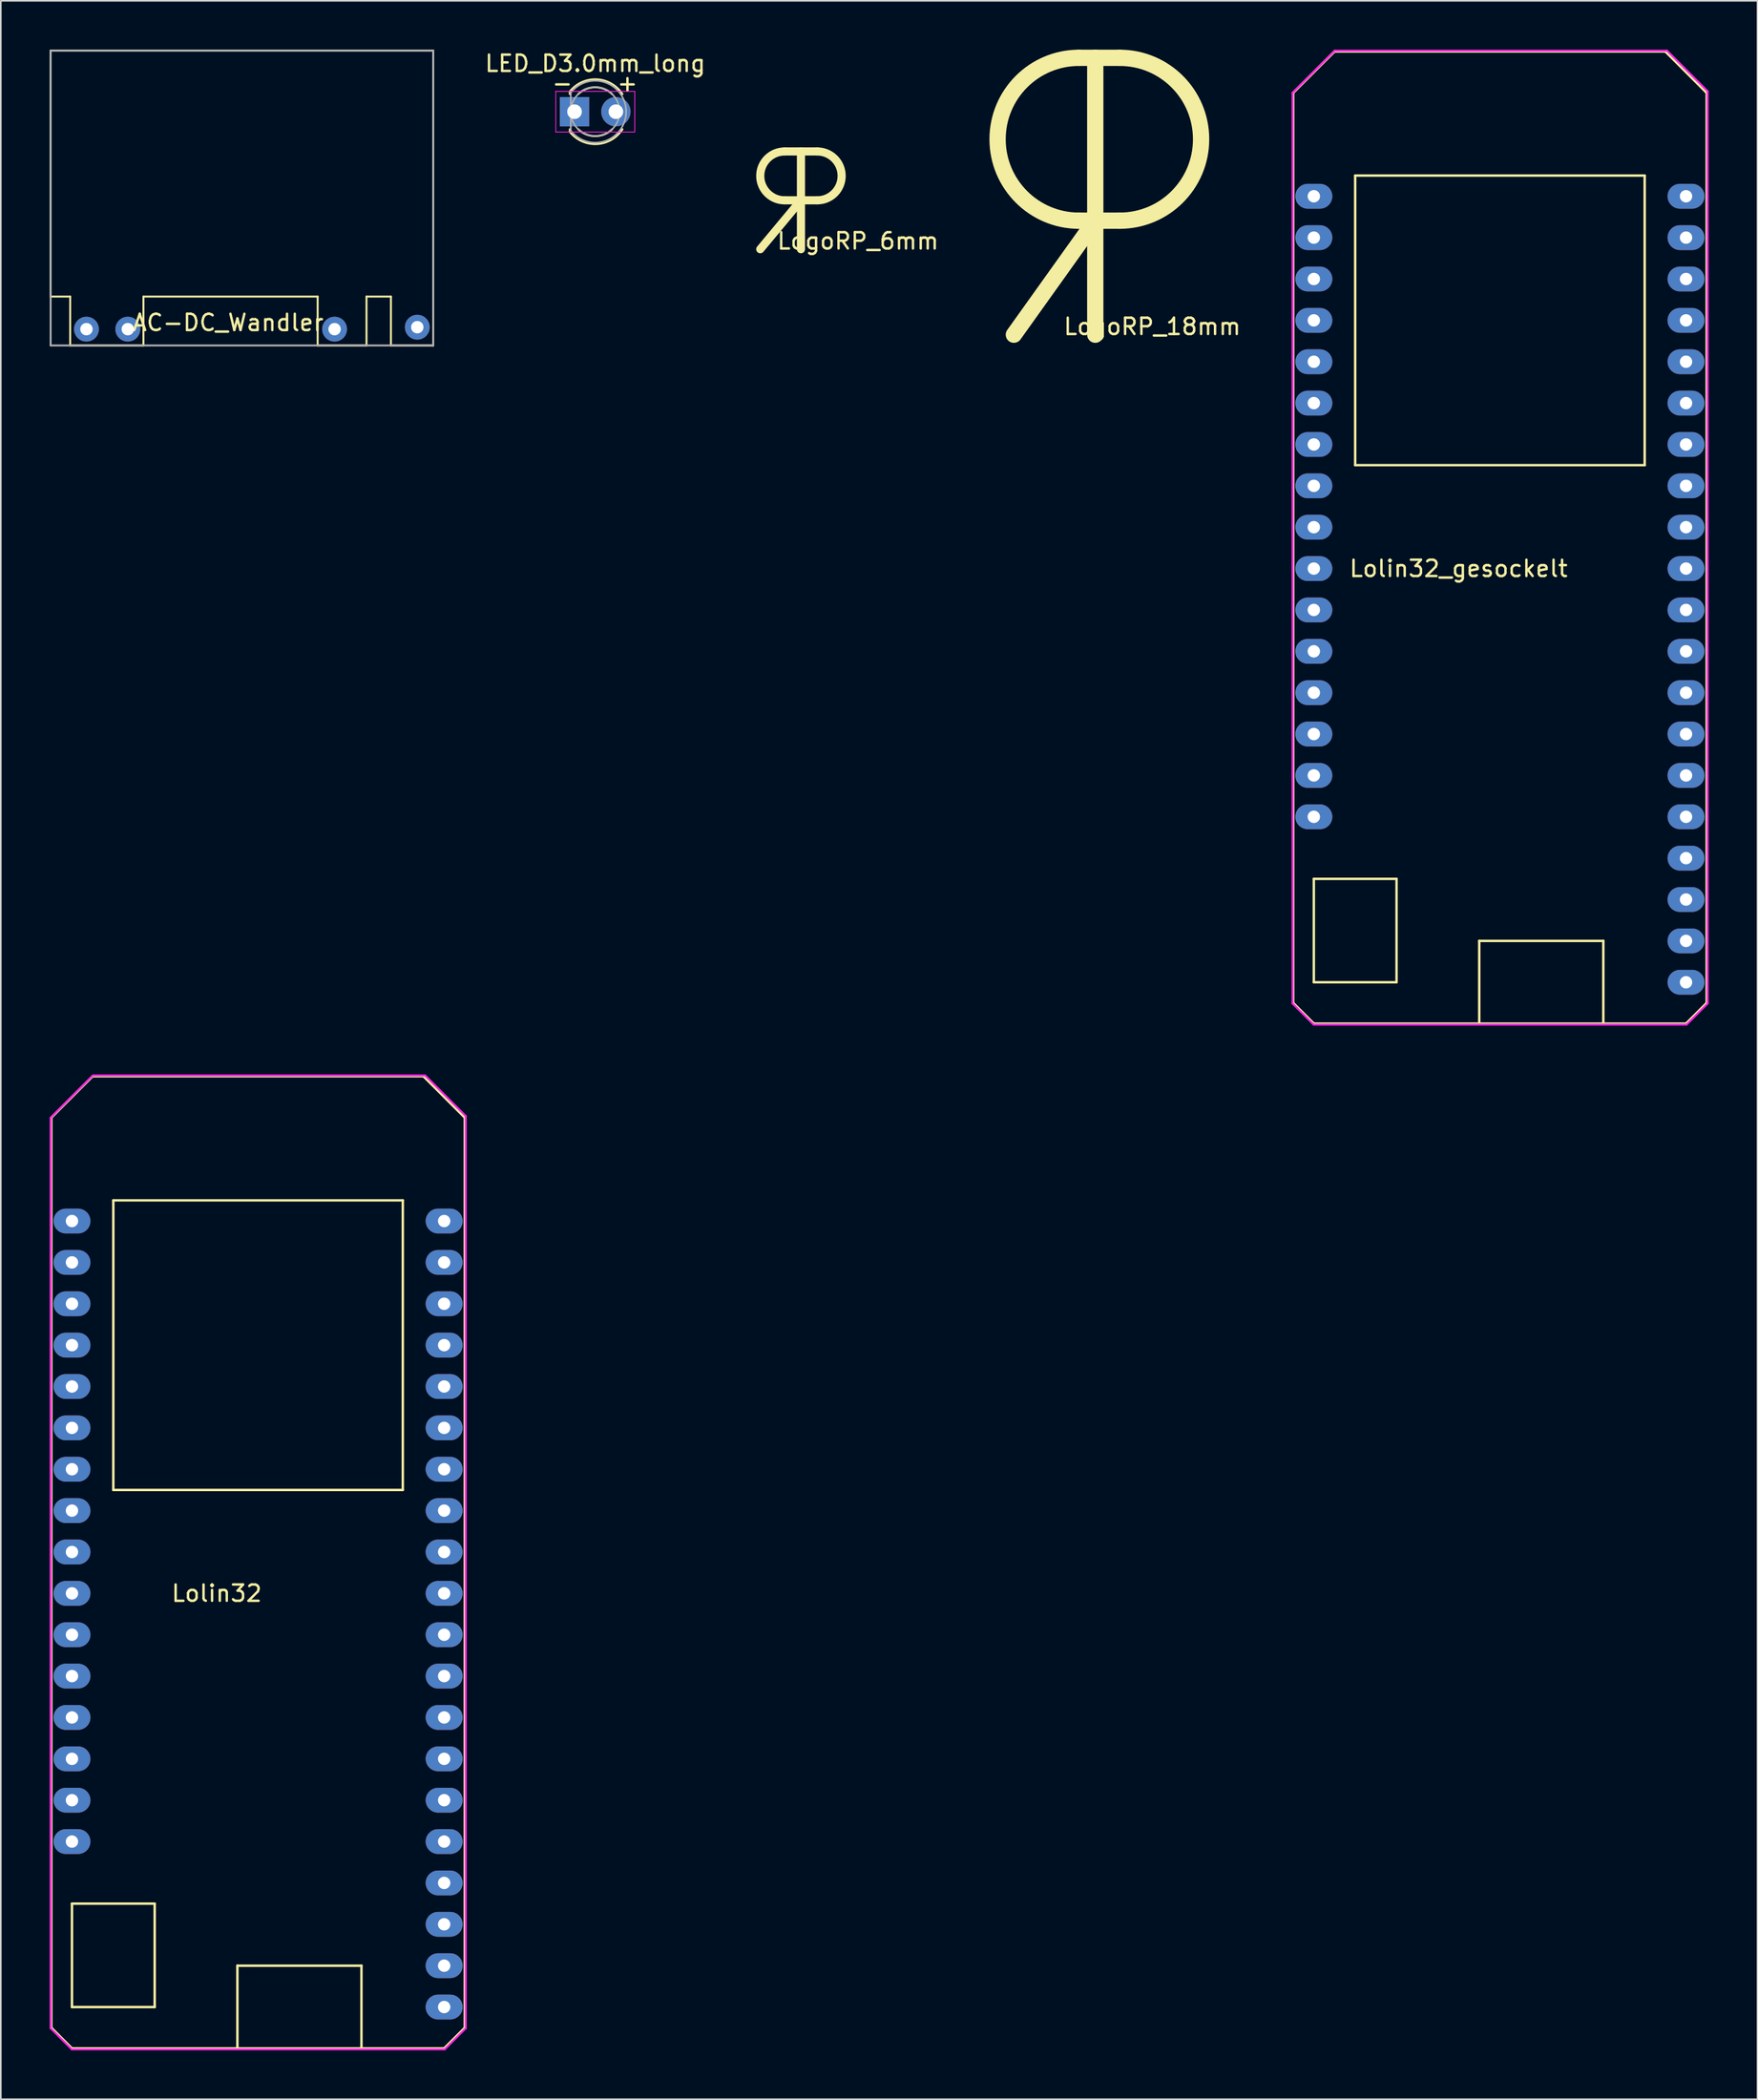
<source format=kicad_pcb>
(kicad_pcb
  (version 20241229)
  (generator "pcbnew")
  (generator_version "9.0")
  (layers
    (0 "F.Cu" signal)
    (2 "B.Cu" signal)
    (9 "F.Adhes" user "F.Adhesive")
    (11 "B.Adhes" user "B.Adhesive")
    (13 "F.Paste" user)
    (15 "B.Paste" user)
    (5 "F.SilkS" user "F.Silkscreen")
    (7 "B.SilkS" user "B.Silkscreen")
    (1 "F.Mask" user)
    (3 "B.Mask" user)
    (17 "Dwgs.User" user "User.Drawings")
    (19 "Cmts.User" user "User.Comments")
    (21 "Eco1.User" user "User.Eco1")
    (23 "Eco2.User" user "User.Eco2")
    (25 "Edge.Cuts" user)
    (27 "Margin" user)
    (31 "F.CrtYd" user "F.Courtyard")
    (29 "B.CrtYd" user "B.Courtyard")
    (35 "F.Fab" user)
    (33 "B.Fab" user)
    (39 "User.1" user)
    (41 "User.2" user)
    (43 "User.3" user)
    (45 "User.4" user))
  (footprint "Lolin32_gesockelt"
    (layer "F.Cu")
    (at 86.535 19.16)
    (property "Reference" "Lolin32_gesockelt" (at 0 12.7 0) (layer "F.SilkS") (effects (font (size 1 1) (thickness 0.15))))
    (attr through_hole)
    (fp_line (start -10.16 -16.51) (end -7.62 -19.05) (stroke (width 0.15) (type solid)) (layer "F.SilkS"))
    (fp_line (start -10.16 39.37) (end -10.16 -16.51) (stroke (width 0.15) (type solid)) (layer "F.SilkS"))
    (fp_line (start -8.89 31.75) (end -3.81 31.75) (stroke (width 0.15) (type solid)) (layer "F.SilkS"))
    (fp_line (start -8.89 38.1) (end -8.89 31.75) (stroke (width 0.15) (type solid)) (layer "F.SilkS"))
    (fp_line (start -8.89 40.64) (end -10.16 39.37) (stroke (width 0.15) (type solid)) (layer "F.SilkS"))
    (fp_line (start -7.62 -19.05) (end 12.7 -19.05) (stroke (width 0.15) (type solid)) (layer "F.SilkS"))
    (fp_line (start -6.35 -11.43) (end -6.35 6.35) (stroke (width 0.15) (type solid)) (layer "F.SilkS"))
    (fp_line (start -6.35 6.35) (end 11.43 6.35) (stroke (width 0.15) (type solid)) (layer "F.SilkS"))
    (fp_line (start -3.81 31.75) (end -3.81 38.1) (stroke (width 0.15) (type solid)) (layer "F.SilkS"))
    (fp_line (start -3.81 38.1) (end -8.89 38.1) (stroke (width 0.15) (type solid)) (layer "F.SilkS"))
    (fp_line (start 1.27 35.56) (end 8.89 35.56) (stroke (width 0.15) (type solid)) (layer "F.SilkS"))
    (fp_line (start 1.27 40.64) (end 1.27 35.56) (stroke (width 0.15) (type solid)) (layer "F.SilkS"))
    (fp_line (start 8.89 35.56) (end 8.89 40.64) (stroke (width 0.15) (type solid)) (layer "F.SilkS"))
    (fp_line (start 11.43 -11.43) (end -6.35 -11.43) (stroke (width 0.15) (type solid)) (layer "F.SilkS"))
    (fp_line (start 11.43 6.35) (end 11.43 -11.43) (stroke (width 0.15) (type solid)) (layer "F.SilkS"))
    (fp_line (start 12.7 -19.05) (end 15.24 -16.51) (stroke (width 0.15) (type solid)) (layer "F.SilkS"))
    (fp_line (start 13.97 40.64) (end -8.89 40.64) (stroke (width 0.15) (type solid)) (layer "F.SilkS"))
    (fp_line (start 15.24 -16.51) (end 15.24 39.37) (stroke (width 0.15) (type solid)) (layer "F.SilkS"))
    (fp_line (start 15.24 39.37) (end 13.97 40.64) (stroke (width 0.15) (type solid)) (layer "F.SilkS"))
    (fp_line (start -10.2 -16.5) (end -10.2 39.4) (stroke (width 0.12) (type solid)) (layer "F.CrtYd"))
    (fp_line (start -10.2 39.4) (end -8.9 40.7) (stroke (width 0.12) (type solid)) (layer "F.CrtYd"))
    (fp_line (start -8.9 40.7) (end 14 40.7) (stroke (width 0.12) (type solid)) (layer "F.CrtYd"))
    (fp_line (start -7.6 -19.1) (end -10.2 -16.5) (stroke (width 0.12) (type solid)) (layer "F.CrtYd"))
    (fp_line (start 12.8 -19.1) (end -7.6 -19.1) (stroke (width 0.12) (type solid)) (layer "F.CrtYd"))
    (fp_line (start 14 40.7) (end 15.3 39.4) (stroke (width 0.12) (type solid)) (layer "F.CrtYd"))
    (fp_line (start 15.3 -16.6) (end 12.8 -19.1) (stroke (width 0.12) (type solid)) (layer "F.CrtYd"))
    (fp_line (start 15.3 39.4) (end 15.3 -16.6) (stroke (width 0.12) (type solid)) (layer "F.CrtYd"))
    (pad "1" thru_hole oval (at -8.89 -10.16) (size 2.268 1.524) (drill 0.762) (layers "*.Cu" "*.Mask"))
    (pad "2" thru_hole oval (at -8.89 -7.62) (size 2.268 1.524) (drill 0.762) (layers "*.Cu" "*.Mask"))
    (pad "3" thru_hole oval (at -8.89 -5.08) (size 2.268 1.524) (drill 0.762) (layers "*.Cu" "*.Mask"))
    (pad "4" thru_hole oval (at -8.89 -2.54) (size 2.268 1.524) (drill 0.762) (layers "*.Cu" "*.Mask"))
    (pad "5" thru_hole oval (at -8.89 0) (size 2.268 1.524) (drill 0.762) (layers "*.Cu" "*.Mask"))
    (pad "6" thru_hole oval (at -8.89 2.54) (size 2.268 1.524) (drill 0.762) (layers "*.Cu" "*.Mask"))
    (pad "7" thru_hole oval (at -8.89 5.08) (size 2.268 1.524) (drill 0.762) (layers "*.Cu" "*.Mask"))
    (pad "8" thru_hole oval (at -8.89 7.62) (size 2.268 1.524) (drill 0.762) (layers "*.Cu" "*.Mask"))
    (pad "9" thru_hole oval (at -8.89 10.16) (size 2.268 1.524) (drill 0.762) (layers "*.Cu" "*.Mask"))
    (pad "10" thru_hole oval (at -8.89 12.7) (size 2.268 1.524) (drill 0.762) (layers "*.Cu" "*.Mask"))
    (pad "11" thru_hole oval (at -8.89 15.24) (size 2.268 1.524) (drill 0.762) (layers "*.Cu" "*.Mask"))
    (pad "12" thru_hole oval (at -8.89 17.78) (size 2.268 1.524) (drill 0.762) (layers "*.Cu" "*.Mask"))
    (pad "13" thru_hole oval (at -8.89 20.32) (size 2.268 1.524) (drill 0.762) (layers "*.Cu" "*.Mask"))
    (pad "14" thru_hole oval (at -8.89 22.86) (size 2.268 1.524) (drill 0.762) (layers "*.Cu" "*.Mask"))
    (pad "15" thru_hole oval (at -8.89 25.4) (size 2.268 1.524) (drill 0.762) (layers "*.Cu" "*.Mask"))
    (pad "16" thru_hole oval (at -8.89 27.94) (size 2.268 1.524) (drill 0.762) (layers "*.Cu" "*.Mask"))
    (pad "17" thru_hole oval (at 13.97 -10.16) (size 2.268 1.524) (drill 0.762) (layers "*.Cu" "*.Mask"))
    (pad "18" thru_hole oval (at 13.97 -7.62) (size 2.268 1.524) (drill 0.762) (layers "*.Cu" "*.Mask"))
    (pad "19" thru_hole oval (at 13.97 -5.08) (size 2.268 1.524) (drill 0.762) (layers "*.Cu" "*.Mask"))
    (pad "20" thru_hole oval (at 13.97 -2.54) (size 2.268 1.524) (drill 0.762) (layers "*.Cu" "*.Mask"))
    (pad "21" thru_hole oval (at 13.97 0) (size 2.268 1.524) (drill 0.762) (layers "*.Cu" "*.Mask"))
    (pad "22" thru_hole oval (at 13.97 2.54) (size 2.268 1.524) (drill 0.762) (layers "*.Cu" "*.Mask"))
    (pad "23" thru_hole oval (at 13.97 5.08) (size 2.268 1.524) (drill 0.762) (layers "*.Cu" "*.Mask"))
    (pad "24" thru_hole oval (at 13.97 7.62) (size 2.268 1.524) (drill 0.762) (layers "*.Cu" "*.Mask"))
    (pad "25" thru_hole oval (at 13.97 10.16) (size 2.268 1.524) (drill 0.762) (layers "*.Cu" "*.Mask"))
    (pad "26" thru_hole oval (at 13.97 12.7) (size 2.268 1.524) (drill 0.762) (layers "*.Cu" "*.Mask"))
    (pad "27" thru_hole oval (at 13.97 15.24) (size 2.268 1.524) (drill 0.762) (layers "*.Cu" "*.Mask"))
    (pad "28" thru_hole oval (at 13.97 17.78) (size 2.268 1.524) (drill 0.762) (layers "*.Cu" "*.Mask"))
    (pad "29" thru_hole oval (at 13.97 20.32) (size 2.268 1.524) (drill 0.762) (layers "*.Cu" "*.Mask"))
    (pad "30" thru_hole oval (at 13.97 22.86) (size 2.268 1.524) (drill 0.762) (layers "*.Cu" "*.Mask"))
    (pad "31" thru_hole oval (at 13.97 25.4) (size 2.268 1.524) (drill 0.762) (layers "*.Cu" "*.Mask"))
    (pad "32" thru_hole oval (at 13.97 27.94) (size 2.268 1.524) (drill 0.762) (layers "*.Cu" "*.Mask"))
    (pad "33" thru_hole oval (at 13.97 30.48) (size 2.268 1.524) (drill 0.762) (layers "*.Cu" "*.Mask"))
    (pad "34" thru_hole oval (at 13.97 33.02) (size 2.268 1.524) (drill 0.762) (layers "*.Cu" "*.Mask"))
    (pad "35" thru_hole oval (at 13.97 35.56) (size 2.268 1.524) (drill 0.762) (layers "*.Cu" "*.Mask"))
    (pad "36" thru_hole oval (at 13.97 38.1) (size 2.268 1.524) (drill 0.762) (layers "*.Cu" "*.Mask")))
  (footprint "Lolin32"
    (layer "F.Cu")
    (at 10.26 82.08)
    (property "Reference" "Lolin32" (at 0 12.7 0) (layer "F.SilkS") (effects (font (size 1 1) (thickness 0.15))))
    (attr through_hole)
    (fp_line (start -10.16 -16.51) (end -7.62 -19.05) (stroke (width 0.15) (type solid)) (layer "F.SilkS"))
    (fp_line (start -10.16 39.37) (end -10.16 -16.51) (stroke (width 0.15) (type solid)) (layer "F.SilkS"))
    (fp_line (start -8.89 31.75) (end -3.81 31.75) (stroke (width 0.15) (type solid)) (layer "F.SilkS"))
    (fp_line (start -8.89 38.1) (end -8.89 31.75) (stroke (width 0.15) (type solid)) (layer "F.SilkS"))
    (fp_line (start -8.89 40.64) (end -10.16 39.37) (stroke (width 0.15) (type solid)) (layer "F.SilkS"))
    (fp_line (start -7.62 -19.05) (end 12.7 -19.05) (stroke (width 0.15) (type solid)) (layer "F.SilkS"))
    (fp_line (start -6.35 -11.43) (end -6.35 6.35) (stroke (width 0.15) (type solid)) (layer "F.SilkS"))
    (fp_line (start -6.35 6.35) (end 11.43 6.35) (stroke (width 0.15) (type solid)) (layer "F.SilkS"))
    (fp_line (start -3.81 31.75) (end -3.81 38.1) (stroke (width 0.15) (type solid)) (layer "F.SilkS"))
    (fp_line (start -3.81 38.1) (end -8.89 38.1) (stroke (width 0.15) (type solid)) (layer "F.SilkS"))
    (fp_line (start 1.27 35.56) (end 8.89 35.56) (stroke (width 0.15) (type solid)) (layer "F.SilkS"))
    (fp_line (start 1.27 40.64) (end 1.27 35.56) (stroke (width 0.15) (type solid)) (layer "F.SilkS"))
    (fp_line (start 8.89 35.56) (end 8.89 40.64) (stroke (width 0.15) (type solid)) (layer "F.SilkS"))
    (fp_line (start 11.43 -11.43) (end -6.35 -11.43) (stroke (width 0.15) (type solid)) (layer "F.SilkS"))
    (fp_line (start 11.43 6.35) (end 11.43 -11.43) (stroke (width 0.15) (type solid)) (layer "F.SilkS"))
    (fp_line (start 12.7 -19.05) (end 15.24 -16.51) (stroke (width 0.15) (type solid)) (layer "F.SilkS"))
    (fp_line (start 13.97 40.64) (end -8.89 40.64) (stroke (width 0.15) (type solid)) (layer "F.SilkS"))
    (fp_line (start 15.24 -16.51) (end 15.24 39.37) (stroke (width 0.15) (type solid)) (layer "F.SilkS"))
    (fp_line (start 15.24 39.37) (end 13.97 40.64) (stroke (width 0.15) (type solid)) (layer "F.SilkS"))
    (fp_line (start -10.2 -16.5) (end -10.2 39.4) (stroke (width 0.12) (type solid)) (layer "F.CrtYd"))
    (fp_line (start -10.2 39.4) (end -8.9 40.7) (stroke (width 0.12) (type solid)) (layer "F.CrtYd"))
    (fp_line (start -8.9 40.7) (end 14 40.7) (stroke (width 0.12) (type solid)) (layer "F.CrtYd"))
    (fp_line (start -7.6 -19.1) (end -10.2 -16.5) (stroke (width 0.12) (type solid)) (layer "F.CrtYd"))
    (fp_line (start 12.8 -19.1) (end -7.6 -19.1) (stroke (width 0.12) (type solid)) (layer "F.CrtYd"))
    (fp_line (start 14 40.7) (end 15.3 39.4) (stroke (width 0.12) (type solid)) (layer "F.CrtYd"))
    (fp_line (start 15.3 -16.6) (end 12.8 -19.1) (stroke (width 0.12) (type solid)) (layer "F.CrtYd"))
    (fp_line (start 15.3 39.4) (end 15.3 -16.6) (stroke (width 0.12) (type solid)) (layer "F.CrtYd"))
    (pad "1" thru_hole oval (at -8.89 -10.16) (size 2.268 1.524) (drill 0.762) (layers "*.Cu" "*.Mask"))
    (pad "2" thru_hole oval (at -8.89 -7.62) (size 2.268 1.524) (drill 0.762) (layers "*.Cu" "*.Mask"))
    (pad "3" thru_hole oval (at -8.89 -5.08) (size 2.268 1.524) (drill 0.762) (layers "*.Cu" "*.Mask"))
    (pad "4" thru_hole oval (at -8.89 -2.54) (size 2.268 1.524) (drill 0.762) (layers "*.Cu" "*.Mask"))
    (pad "5" thru_hole oval (at -8.89 0) (size 2.268 1.524) (drill 0.762) (layers "*.Cu" "*.Mask"))
    (pad "6" thru_hole oval (at -8.89 2.54) (size 2.268 1.524) (drill 0.762) (layers "*.Cu" "*.Mask"))
    (pad "7" thru_hole oval (at -8.89 5.08) (size 2.268 1.524) (drill 0.762) (layers "*.Cu" "*.Mask"))
    (pad "8" thru_hole oval (at -8.89 7.62) (size 2.268 1.524) (drill 0.762) (layers "*.Cu" "*.Mask"))
    (pad "9" thru_hole oval (at -8.89 10.16) (size 2.268 1.524) (drill 0.762) (layers "*.Cu" "*.Mask"))
    (pad "10" thru_hole oval (at -8.89 12.7) (size 2.268 1.524) (drill 0.762) (layers "*.Cu" "*.Mask"))
    (pad "11" thru_hole oval (at -8.89 15.24) (size 2.268 1.524) (drill 0.762) (layers "*.Cu" "*.Mask"))
    (pad "12" thru_hole oval (at -8.89 17.78) (size 2.268 1.524) (drill 0.762) (layers "*.Cu" "*.Mask"))
    (pad "13" thru_hole oval (at -8.89 20.32) (size 2.268 1.524) (drill 0.762) (layers "*.Cu" "*.Mask"))
    (pad "14" thru_hole oval (at -8.89 22.86) (size 2.268 1.524) (drill 0.762) (layers "*.Cu" "*.Mask"))
    (pad "15" thru_hole oval (at -8.89 25.4) (size 2.268 1.524) (drill 0.762) (layers "*.Cu" "*.Mask"))
    (pad "16" thru_hole oval (at -8.89 27.94) (size 2.268 1.524) (drill 0.762) (layers "*.Cu" "*.Mask"))
    (pad "17" thru_hole oval (at 13.97 -10.16) (size 2.268 1.524) (drill 0.762) (layers "*.Cu" "*.Mask"))
    (pad "18" thru_hole oval (at 13.97 -7.62) (size 2.268 1.524) (drill 0.762) (layers "*.Cu" "*.Mask"))
    (pad "19" thru_hole oval (at 13.97 -5.08) (size 2.268 1.524) (drill 0.762) (layers "*.Cu" "*.Mask"))
    (pad "20" thru_hole oval (at 13.97 -2.54) (size 2.268 1.524) (drill 0.762) (layers "*.Cu" "*.Mask"))
    (pad "21" thru_hole oval (at 13.97 0) (size 2.268 1.524) (drill 0.762) (layers "*.Cu" "*.Mask"))
    (pad "22" thru_hole oval (at 13.97 2.54) (size 2.268 1.524) (drill 0.762) (layers "*.Cu" "*.Mask"))
    (pad "23" thru_hole oval (at 13.97 5.08) (size 2.268 1.524) (drill 0.762) (layers "*.Cu" "*.Mask"))
    (pad "24" thru_hole oval (at 13.97 7.62) (size 2.268 1.524) (drill 0.762) (layers "*.Cu" "*.Mask"))
    (pad "25" thru_hole oval (at 13.97 10.16) (size 2.268 1.524) (drill 0.762) (layers "*.Cu" "*.Mask"))
    (pad "26" thru_hole oval (at 13.97 12.7) (size 2.268 1.524) (drill 0.762) (layers "*.Cu" "*.Mask"))
    (pad "27" thru_hole oval (at 13.97 15.24) (size 2.268 1.524) (drill 0.762) (layers "*.Cu" "*.Mask"))
    (pad "28" thru_hole oval (at 13.97 17.78) (size 2.268 1.524) (drill 0.762) (layers "*.Cu" "*.Mask"))
    (pad "29" thru_hole oval (at 13.97 20.32) (size 2.268 1.524) (drill 0.762) (layers "*.Cu" "*.Mask"))
    (pad "30" thru_hole oval (at 13.97 22.86) (size 2.268 1.524) (drill 0.762) (layers "*.Cu" "*.Mask"))
    (pad "31" thru_hole oval (at 13.97 25.4) (size 2.268 1.524) (drill 0.762) (layers "*.Cu" "*.Mask"))
    (pad "32" thru_hole oval (at 13.97 27.94) (size 2.268 1.524) (drill 0.762) (layers "*.Cu" "*.Mask"))
    (pad "33" thru_hole oval (at 13.97 30.48) (size 2.268 1.524) (drill 0.762) (layers "*.Cu" "*.Mask"))
    (pad "34" thru_hole oval (at 13.97 33.02) (size 2.268 1.524) (drill 0.762) (layers "*.Cu" "*.Mask"))
    (pad "35" thru_hole oval (at 13.97 35.56) (size 2.268 1.524) (drill 0.762) (layers "*.Cu" "*.Mask"))
    (pad "36" thru_hole oval (at 13.97 38.1) (size 2.268 1.524) (drill 0.762) (layers "*.Cu" "*.Mask")))
  (footprint "LogoRP_6mm"
    (layer "F.Cu")
    (at 46.144 0.25)
    (property "Reference" "LogoRP_6mm" (at 3.5 11.5 0) (layer "F.SilkS") (effects (font (size 1 1) (thickness 0.15))))
    (attr through_hole)
    (fp_line (start -1 6) (end 1 6) (stroke (width 0.5) (type solid)) (layer "F.SilkS"))
    (fp_line (start -1 9) (end 1 9) (stroke (width 0.5) (type solid)) (layer "F.SilkS"))
    (fp_line (start 0 6) (end 0 12) (stroke (width 0.5) (type solid)) (layer "F.SilkS"))
    (fp_line (start 0 9) (end -2.5 12) (stroke (width 0.5) (type solid)) (layer "F.SilkS"))
    (fp_arc (start -1 9) (mid -2.5 7.5) (end -1 6) (stroke (width 0.5) (type solid)) (layer "F.SilkS"))
    (fp_arc (start 1 6) (mid 2.5 7.5) (end 1 9) (stroke (width 0.5) (type solid)) (layer "F.SilkS")))
  (footprint "LogoRP_18mm"
    (layer "F.Cu")
    (at 64.221 5.5)
    (property "Reference" "LogoRP_18mm" (at 3.5 11.5 0) (layer "F.SilkS") (effects (font (size 1 1) (thickness 0.15))))
    (attr through_hole)
    (fp_line (start -1 5) (end 1.5 5) (stroke (width 1) (type solid)) (layer "F.SilkS"))
    (fp_line (start 0 -5) (end 0 12) (stroke (width 1) (type solid)) (layer "F.SilkS"))
    (fp_line (start 0 5) (end -5 12) (stroke (width 1) (type solid)) (layer "F.SilkS"))
    (fp_line (start 1.5 -5) (end -1 -5) (stroke (width 1) (type solid)) (layer "F.SilkS"))
    (fp_arc (start -1 5) (mid -6 0) (end -1 -5) (stroke (width 1) (type solid)) (layer "F.SilkS"))
    (fp_arc (start 1.5 -5) (mid 6.5 0) (end 1.5 5) (stroke (width 1) (type solid)) (layer "F.SilkS")))
  (footprint "AC-DC_Wandler"
    (layer "F.Cu")
    (at 2.26 17.16)
    (property "Reference" "AC-DC_Wandler" (at 8.7 -0.4 0) (layer "F.SilkS") (effects (font (size 1 1) (thickness 0.15))))
    (attr through_hole)
    (fp_line (start -2.2 -17.1) (end 21.3 -17.1) (stroke (width 0.12) (type solid)) (layer "F.SilkS"))
    (fp_line (start -2.2 -2) (end -2.2 -17.1) (stroke (width 0.12) (type solid)) (layer "F.SilkS"))
    (fp_line (start -2.2 -2) (end -1 -2) (stroke (width 0.12) (type solid)) (layer "F.SilkS"))
    (fp_line (start -1 -2) (end -1 1) (stroke (width 0.12) (type solid)) (layer "F.SilkS"))
    (fp_line (start -1 1) (end 3.5 1) (stroke (width 0.12) (type solid)) (layer "F.SilkS"))
    (fp_line (start 3.5 1) (end 3.5 -2) (stroke (width 0.12) (type solid)) (layer "F.SilkS"))
    (fp_line (start 14.2 -2) (end 3.5 -2) (stroke (width 0.12) (type solid)) (layer "F.SilkS"))
    (fp_line (start 14.2 1) (end 14.2 -2) (stroke (width 0.12) (type solid)) (layer "F.SilkS"))
    (fp_line (start 17.2 -2) (end 17.2 1) (stroke (width 0.12) (type solid)) (layer "F.SilkS"))
    (fp_line (start 17.2 1) (end 14.2 1) (stroke (width 0.12) (type solid)) (layer "F.SilkS"))
    (fp_line (start 18.7 -2) (end 17.2 -2) (stroke (width 0.12) (type solid)) (layer "F.SilkS"))
    (fp_line (start 18.7 1) (end 18.7 -2) (stroke (width 0.12) (type solid)) (layer "F.SilkS"))
    (fp_line (start 21.3 -17.1) (end 21.3 1) (stroke (width 0.12) (type solid)) (layer "F.SilkS"))
    (fp_line (start 21.3 1) (end 18.7 1) (stroke (width 0.12) (type solid)) (layer "F.SilkS"))
    (fp_line (start -2.2 -17.1) (end 21.3 -17.1) (stroke (width 0.12) (type solid)) (layer "F.Fab"))
    (fp_line (start -2.2 1) (end -2.2 -17.1) (stroke (width 0.12) (type solid)) (layer "F.Fab"))
    (fp_line (start -2.2 1) (end 21.3 1) (stroke (width 0.12) (type solid)) (layer "F.Fab"))
    (fp_line (start 21.3 -17.1) (end 21.3 1) (stroke (width 0.12) (type solid)) (layer "F.Fab"))
    (pad "1" thru_hole circle (at 0 0) (size 1.524 1.524) (drill 0.762) (layers "*.Cu" "*.Mask"))
    (pad "2" thru_hole circle (at 2.54 0) (size 1.524 1.524) (drill 0.762) (layers "*.Cu" "*.Mask"))
    (pad "3" thru_hole circle (at 15.24 0) (size 1.524 1.524) (drill 0.762) (layers "*.Cu" "*.Mask"))
    (pad "4" thru_hole circle (at 20.32 -0.12) (size 1.524 1.524) (drill 0.762) (layers "*.Cu" "*.Mask")))
  (footprint "LED_D3.0mm_long"
    (layer "F.Cu")
    (at 32.237 3.808)
    (property "Reference" "LED_D3.0mm_long" (at 1.27 -2.96 0) (layer "F.SilkS") (effects (font (size 1 1) (thickness 0.15))))
    (attr through_hole)
    (fp_line (start -0.29 -1.236) (end -0.29 -1.08) (stroke (width 0.12) (type solid)) (layer "F.SilkS"))
    (fp_line (start -0.29 1.08) (end -0.29 1.236) (stroke (width 0.12) (type solid)) (layer "F.SilkS"))
    (fp_arc (start -0.29 -1.235516) (mid 1.366487 -1.987659) (end 2.942335 -1.078608) (stroke (width 0.12) (type solid)) (layer "F.SilkS"))
    (fp_arc (start 0.229039 -1.08) (mid 1.270117 -1.5) (end 2.31113 -1.079837) (stroke (width 0.12) (type solid)) (layer "F.SilkS"))
    (fp_arc (start 2.31113 1.079837) (mid 1.270117 1.5) (end 0.229039 1.08) (stroke (width 0.12) (type solid)) (layer "F.SilkS"))
    (fp_arc (start 2.942335 1.078608) (mid 1.366487 1.987659) (end -0.29 1.235516) (stroke (width 0.12) (type solid)) (layer "F.SilkS"))
    (fp_line (start -1.15 -1.25) (end -1.15 1.25) (stroke (width 0.05) (type solid)) (layer "F.CrtYd"))
    (fp_line (start -1.15 1.25) (end 3.7 1.25) (stroke (width 0.05) (type solid)) (layer "F.CrtYd"))
    (fp_line (start 3.7 -1.25) (end -1.15 -1.25) (stroke (width 0.05) (type solid)) (layer "F.CrtYd"))
    (fp_line (start 3.7 1.25) (end 3.7 -1.25) (stroke (width 0.05) (type solid)) (layer "F.CrtYd"))
    (fp_line (start -0.23 -1.166) (end -0.23 1.166) (stroke (width 0.1) (type solid)) (layer "F.Fab"))
    (fp_arc (start -0.23 -1.16619) (mid 3.17 0.000452) (end -0.230555 1.165476) (stroke (width 0.1) (type solid)) (layer "F.Fab"))
    (fp_circle (center 1.27 0) (end 2.77 0) (stroke (width 0.1) (type solid)) (fill no) (layer "F.Fab"))
    (fp_text user "-" (at -0.75 -1.75 0) (layer "F.SilkS") (effects (font (size 1 1) (thickness 0.15))))
    (fp_text user "+" (at 3.25 -1.75 0) (layer "F.SilkS") (effects (font (size 1 1) (thickness 0.15))))
    (pad "1" thru_hole rect (at 0 0) (size 1.8 1.8) (drill 0.9) (layers "*.Cu" "*.Mask"))
    (pad "2" thru_hole circle (at 2.54 0) (size 1.8 1.8) (drill 0.9) (layers "*.Cu" "*.Mask")))
  (gr_rect
    (start -3 -3)
    (end 104.895 125.84)
    (stroke (width 0.1) (type default))
    (fill no)
    (layer "Edge.Cuts")))
</source>
